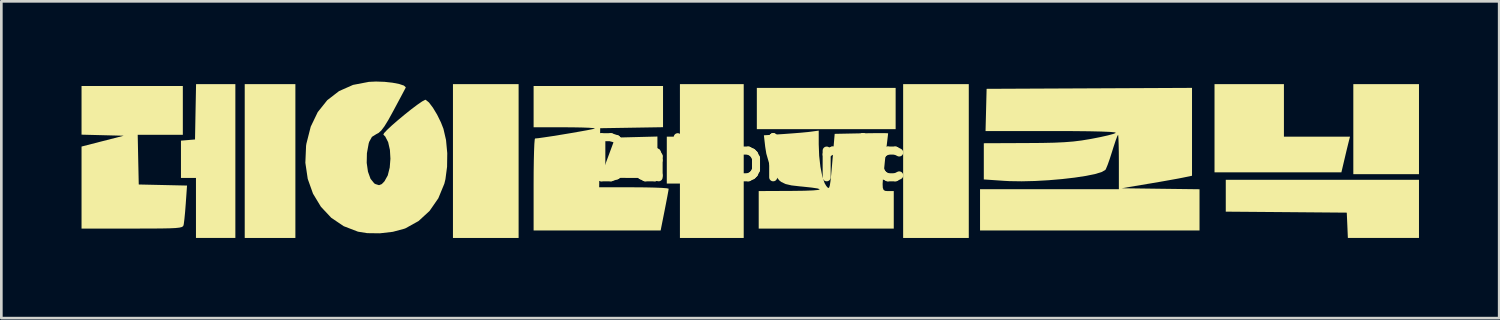
<source format=kicad_pcb>
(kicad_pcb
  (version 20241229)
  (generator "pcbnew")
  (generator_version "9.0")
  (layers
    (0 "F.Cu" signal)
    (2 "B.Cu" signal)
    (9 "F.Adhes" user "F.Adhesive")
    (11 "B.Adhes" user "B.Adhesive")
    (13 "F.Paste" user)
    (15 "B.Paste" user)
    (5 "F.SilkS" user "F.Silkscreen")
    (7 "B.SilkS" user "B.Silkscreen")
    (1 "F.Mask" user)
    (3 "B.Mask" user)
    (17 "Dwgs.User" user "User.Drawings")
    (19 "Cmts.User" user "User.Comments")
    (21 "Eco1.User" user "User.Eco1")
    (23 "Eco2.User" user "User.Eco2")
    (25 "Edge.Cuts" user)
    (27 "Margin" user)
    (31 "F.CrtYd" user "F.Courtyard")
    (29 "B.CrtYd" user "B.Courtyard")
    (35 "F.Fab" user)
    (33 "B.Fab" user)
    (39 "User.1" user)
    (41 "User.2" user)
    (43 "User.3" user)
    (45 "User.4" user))
  (footprint "Datapicnic"
    (layer "F.Cu")
    (at 24.979 2.904)
    (property "Reference" "Datapicnic" (at 0 0 0) (layer "F.SilkS") (effects (font (size 1.5 1.5) (thickness 0.3))))
    (attr board_only exclude_from_pos_files exclude_from_bom)
    (fp_poly (pts (xy -16.98 0.07) (xy -16.98 2.947) (xy -17.927 2.947) (xy -18.875 2.947) (xy -18.875 0.07) (xy -18.875 -2.807) (xy -17.927 -2.807) (xy -16.98 -2.807)) (stroke (width 0) (type solid)) (fill yes) (layer "F.SilkS"))
    (fp_poly (pts (xy -8.63 0.07) (xy -8.63 2.947) (xy -9.858 2.947) (xy -11.086 2.947) (xy -11.086 0.07) (xy -11.086 -2.807) (xy -9.858 -2.807) (xy -8.63 -2.807)) (stroke (width 0) (type solid)) (fill yes) (layer "F.SilkS"))
    (fp_poly (pts (xy 5.473 -1.894) (xy 5.473 -1.123) (xy 2.877 -1.123) (xy 0.281 -1.123) (xy 0.281 -1.894) (xy 0.281 -2.666) (xy 2.877 -2.666) (xy 5.473 -2.666)) (stroke (width 0) (type solid)) (fill yes) (layer "F.SilkS"))
    (fp_poly (pts (xy 8.209 0.07) (xy 8.209 2.947) (xy 6.981 2.947) (xy 5.754 2.947) (xy 5.754 0.07) (xy 5.754 -2.807) (xy 6.981 -2.807) (xy 8.209 -2.807)) (stroke (width 0) (type solid)) (fill yes) (layer "F.SilkS"))
    (fp_poly (pts (xy 25.049 -1.123) (xy 25.049 0.561) (xy 23.821 0.561) (xy 22.593 0.561) (xy 22.593 -1.123) (xy 22.593 -2.807) (xy 23.821 -2.807) (xy 25.049 -2.807)) (stroke (width 0) (type solid)) (fill yes) (layer "F.SilkS"))
    (fp_poly (pts (xy 25.049 1.859) (xy 25.049 2.947) (xy 23.719 2.947) (xy 22.389 2.947) (xy 22.369 2.473) (xy 22.348 2) (xy 20.085 1.981) (xy 17.822 1.963) (xy 17.822 1.367) (xy 17.822 0.772) (xy 21.436 0.772) (xy 25.049 0.772)) (stroke (width 0) (type solid)) (fill yes) (layer "F.SilkS"))
    (fp_poly (pts (xy -3.438 -0.072) (xy -3.438 0.702) (xy -4.491 0.702) (xy -4.857 0.698) (xy -5.167 0.689) (xy -5.397 0.676) (xy -5.523 0.658) (xy -5.54 0.649) (xy -5.516 0.565) (xy -5.452 0.38) (xy -5.36 0.122) (xy -5.276 -0.105) (xy -5.016 -0.807) (xy -4.227 -0.827) (xy -3.438 -0.847)) (stroke (width 0) (type solid)) (fill yes) (layer "F.SilkS"))
    (fp_poly (pts (xy -19.225 0.07) (xy -19.225 2.947) (xy -19.962 2.947) (xy -20.699 2.947) (xy -20.699 1.824) (xy -20.699 0.702) (xy -20.98 0.702) (xy -21.26 0.702) (xy -21.26 0.004) (xy -21.26 -0.693) (xy -20.997 -0.715) (xy -20.734 -0.737) (xy -20.715 -1.772) (xy -20.695 -2.807) (xy -19.96 -2.807) (xy -19.225 -2.807)) (stroke (width 0) (type solid)) (fill yes) (layer "F.SilkS"))
    (fp_poly (pts (xy -0.21 0.07) (xy -0.21 2.947) (xy -1.403 2.947) (xy -2.596 2.947) (xy -2.596 1.93) (xy -2.596 0.912) (xy -2.842 0.912) (xy -3.087 0.912) (xy -3.087 0.035) (xy -3.087 -0.842) (xy -2.842 -0.842) (xy -2.596 -0.842) (xy -2.596 -1.824) (xy -2.596 -2.807) (xy -1.403 -2.807) (xy -0.21 -2.807)) (stroke (width 0) (type solid)) (fill yes) (layer "F.SilkS"))
    (fp_poly (pts (xy 19.997 -1.824) (xy 19.997 -0.842) (xy 21.233 -0.842) (xy 22.469 -0.842) (xy 22.428 -0.684) (xy 22.392 -0.539) (xy 22.335 -0.306) (xy 22.271 -0.034) (xy 22.267 -0.018) (xy 22.147 0.491) (xy 19.774 0.491) (xy 17.401 0.491) (xy 17.401 -1.158) (xy 17.401 -2.807) (xy 18.699 -2.807) (xy 19.997 -2.807)) (stroke (width 0) (type solid)) (fill yes) (layer "F.SilkS"))
    (fp_poly (pts (xy -21.19 -1.824) (xy -21.19 -0.912) (xy -22.034 -0.912) (xy -22.878 -0.912) (xy -22.859 0.018) (xy -22.839 0.947) (xy -21.936 0.967) (xy -21.033 0.987) (xy -21.081 1.669) (xy -21.105 1.976) (xy -21.131 2.24) (xy -21.154 2.422) (xy -21.164 2.473) (xy -21.184 2.51) (xy -21.23 2.539) (xy -21.319 2.56) (xy -21.465 2.576) (xy -21.685 2.586) (xy -21.994 2.592) (xy -22.408 2.595) (xy -22.944 2.596) (xy -23.089 2.596) (xy -24.979 2.596) (xy -24.979 1.062) (xy -24.979 -0.472) (xy -24.19 -0.675) (xy -23.4 -0.877) (xy -24.19 -0.897) (xy -24.979 -0.917) (xy -24.979 -1.827) (xy -24.979 -2.736) (xy -23.085 -2.736) (xy -21.19 -2.736)) (stroke (width 0) (type solid)) (fill yes) (layer "F.SilkS"))
    (fp_poly (pts (xy -3.228 -1.966) (xy -3.228 -1.196) (xy -4.403 -1.177) (xy -5.578 -1.158) (xy -5.598 -0.053) (xy -5.617 1.052) (xy -4.317 1.052) (xy -3.907 1.055) (xy -3.551 1.063) (xy -3.269 1.074) (xy -3.084 1.089) (xy -3.017 1.105) (xy -3.017 1.105) (xy -3.03 1.192) (xy -3.065 1.385) (xy -3.117 1.655) (xy -3.167 1.912) (xy -3.317 2.666) (xy -5.693 2.666) (xy -8.069 2.666) (xy -8.069 0.947) (xy -8.067 0.473) (xy -8.061 0.048) (xy -8.052 -0.307) (xy -8.041 -0.575) (xy -8.027 -0.735) (xy -8.016 -0.773) (xy -7.887 -0.786) (xy -7.661 -0.818) (xy -7.366 -0.862) (xy -7.032 -0.916) (xy -6.688 -0.973) (xy -6.362 -1.03) (xy -6.082 -1.08) (xy -5.879 -1.12) (xy -5.78 -1.145) (xy -5.775 -1.148) (xy -5.826 -1.162) (xy -5.996 -1.175) (xy -6.262 -1.185) (xy -6.602 -1.191) (xy -6.9 -1.193) (xy -8.069 -1.193) (xy -8.069 -1.965) (xy -8.069 -2.736) (xy -5.648 -2.736) (xy -3.228 -2.736)) (stroke (width 0) (type solid)) (fill yes) (layer "F.SilkS"))
    (fp_poly (pts (xy 2.596 -0.557) (xy 2.613 -0.123) (xy 2.659 0.285) (xy 2.728 0.635) (xy 2.816 0.896) (xy 2.877 1) (xy 2.922 1.054) (xy 2.957 1.079) (xy 2.986 1.06) (xy 3.011 0.982) (xy 3.035 0.829) (xy 3.061 0.585) (xy 3.093 0.236) (xy 3.133 -0.235) (xy 3.142 -0.351) (xy 3.193 -0.947) (xy 4.192 -0.967) (xy 4.549 -0.972) (xy 4.849 -0.975) (xy 5.068 -0.974) (xy 5.181 -0.969) (xy 5.192 -0.967) (xy 5.184 -0.894) (xy 5.162 -0.708) (xy 5.13 -0.438) (xy 5.092 -0.109) (xy 5.087 -0.07) (xy 5.035 0.377) (xy 5.001 0.704) (xy 4.986 0.929) (xy 4.993 1.072) (xy 5.023 1.151) (xy 5.078 1.185) (xy 5.158 1.193) (xy 5.192 1.193) (xy 5.403 1.193) (xy 5.403 1.894) (xy 5.403 2.596) (xy 2.877 2.596) (xy 0.351 2.596) (xy 0.351 1.894) (xy 0.351 1.193) (xy 1.596 1.187) (xy 2.059 1.181) (xy 2.388 1.168) (xy 2.58 1.15) (xy 2.637 1.125) (xy 2.555 1.096) (xy 2.336 1.063) (xy 1.977 1.025) (xy 1.898 1.018) (xy 1.577 0.981) (xy 1.357 0.93) (xy 1.2 0.855) (xy 1.128 0.801) (xy 0.924 0.556) (xy 0.755 0.207) (xy 0.635 -0.209) (xy 0.594 -0.464) (xy 0.545 -0.893) (xy 1.273 -0.94) (xy 1.615 -0.965) (xy 1.94 -0.991) (xy 2.198 -1.016) (xy 2.298 -1.028) (xy 2.596 -1.068)) (stroke (width 0) (type solid)) (fill yes) (layer "F.SilkS"))
    (fp_poly (pts (xy 16.559 -1.024) (xy 16.559 0.62) (xy 16.226 0.689) (xy 16.032 0.727) (xy 15.737 0.78) (xy 15.377 0.844) (xy 14.991 0.91) (xy 14.91 0.923) (xy 13.928 1.088) (xy 15.384 1.107) (xy 16.84 1.125) (xy 16.84 1.896) (xy 16.84 2.666) (xy 12.735 2.666) (xy 8.63 2.666) (xy 8.63 1.894) (xy 8.63 1.123) (xy 11.227 1.123) (xy 13.823 1.123) (xy 13.823 0.105) (xy 13.821 -0.254) (xy 13.815 -0.558) (xy 13.807 -0.782) (xy 13.797 -0.9) (xy 13.792 -0.912) (xy 13.759 -0.85) (xy 13.698 -0.683) (xy 13.618 -0.44) (xy 13.574 -0.298) (xy 13.484 -0.017) (xy 13.401 0.217) (xy 13.338 0.368) (xy 13.32 0.399) (xy 13.189 0.477) (xy 12.939 0.554) (xy 12.594 0.625) (xy 12.174 0.689) (xy 11.701 0.744) (xy 11.198 0.787) (xy 10.687 0.816) (xy 10.19 0.828) (xy 9.728 0.821) (xy 9.525 0.81) (xy 8.771 0.758) (xy 8.771 0.081) (xy 8.771 -0.596) (xy 10.367 -0.603) (xy 10.941 -0.607) (xy 11.404 -0.617) (xy 11.786 -0.635) (xy 12.117 -0.661) (xy 12.425 -0.699) (xy 12.74 -0.751) (xy 12.803 -0.762) (xy 13.134 -0.827) (xy 13.415 -0.89) (xy 13.618 -0.945) (xy 13.712 -0.983) (xy 13.712 -0.984) (xy 13.664 -1.004) (xy 13.479 -1.021) (xy 13.158 -1.034) (xy 12.705 -1.044) (xy 12.123 -1.05) (xy 11.413 -1.052) (xy 11.308 -1.052) (xy 8.836 -1.052) (xy 8.856 -1.842) (xy 8.876 -2.631) (xy 12.718 -2.649) (xy 16.559 -2.667)) (stroke (width 0) (type solid)) (fill yes) (layer "F.SilkS"))
    (fp_poly (pts (xy -13.644 -2.893) (xy -13.345 -2.86) (xy -13.094 -2.811) (xy -12.921 -2.753) (xy -12.852 -2.69) (xy -12.854 -2.675) (xy -12.894 -2.598) (xy -12.987 -2.422) (xy -13.12 -2.173) (xy -13.28 -1.874) (xy -13.308 -1.822) (xy -13.5 -1.472) (xy -13.649 -1.229) (xy -13.768 -1.071) (xy -13.873 -0.978) (xy -13.951 -0.938) (xy -14.117 -0.834) (xy -14.218 -0.651) (xy -14.238 -0.587) (xy -14.304 -0.224) (xy -14.312 0.138) (xy -14.265 0.468) (xy -14.169 0.734) (xy -14.03 0.905) (xy -13.986 0.931) (xy -13.851 0.973) (xy -13.748 0.932) (xy -13.648 0.828) (xy -13.525 0.608) (xy -13.451 0.313) (xy -13.425 -0.018) (xy -13.444 -0.347) (xy -13.51 -0.637) (xy -13.62 -0.85) (xy -13.689 -0.914) (xy -13.665 -0.972) (xy -13.55 -1.094) (xy -13.369 -1.264) (xy -13.142 -1.461) (xy -12.893 -1.668) (xy -12.645 -1.866) (xy -12.419 -2.036) (xy -12.239 -2.16) (xy -12.127 -2.219) (xy -12.106 -2.221) (xy -11.984 -2.122) (xy -11.835 -1.925) (xy -11.678 -1.665) (xy -11.535 -1.374) (xy -11.442 -1.137) (xy -11.345 -0.717) (xy -11.299 -0.224) (xy -11.306 0.284) (xy -11.367 0.749) (xy -11.408 0.917) (xy -11.633 1.463) (xy -11.96 1.935) (xy -12.372 2.314) (xy -12.854 2.582) (xy -12.905 2.602) (xy -13.334 2.717) (xy -13.818 2.773) (xy -14.295 2.767) (xy -14.638 2.712) (xy -15.174 2.506) (xy -15.64 2.191) (xy -16.025 1.78) (xy -16.321 1.29) (xy -16.518 0.737) (xy -16.607 0.135) (xy -16.58 -0.5) (xy -16.568 -0.579) (xy -16.406 -1.216) (xy -16.144 -1.76) (xy -15.788 -2.206) (xy -15.346 -2.547) (xy -14.824 -2.778) (xy -14.229 -2.892) (xy -13.963 -2.904)) (stroke (width 0) (type solid)) (fill yes) (layer "F.SilkS")))
  (gr_rect
    (start -3 -3)
    (end 53.028 8.851)
    (stroke (width 0.1) (type default))
    (fill no)
    (layer "Edge.Cuts")))
</source>
